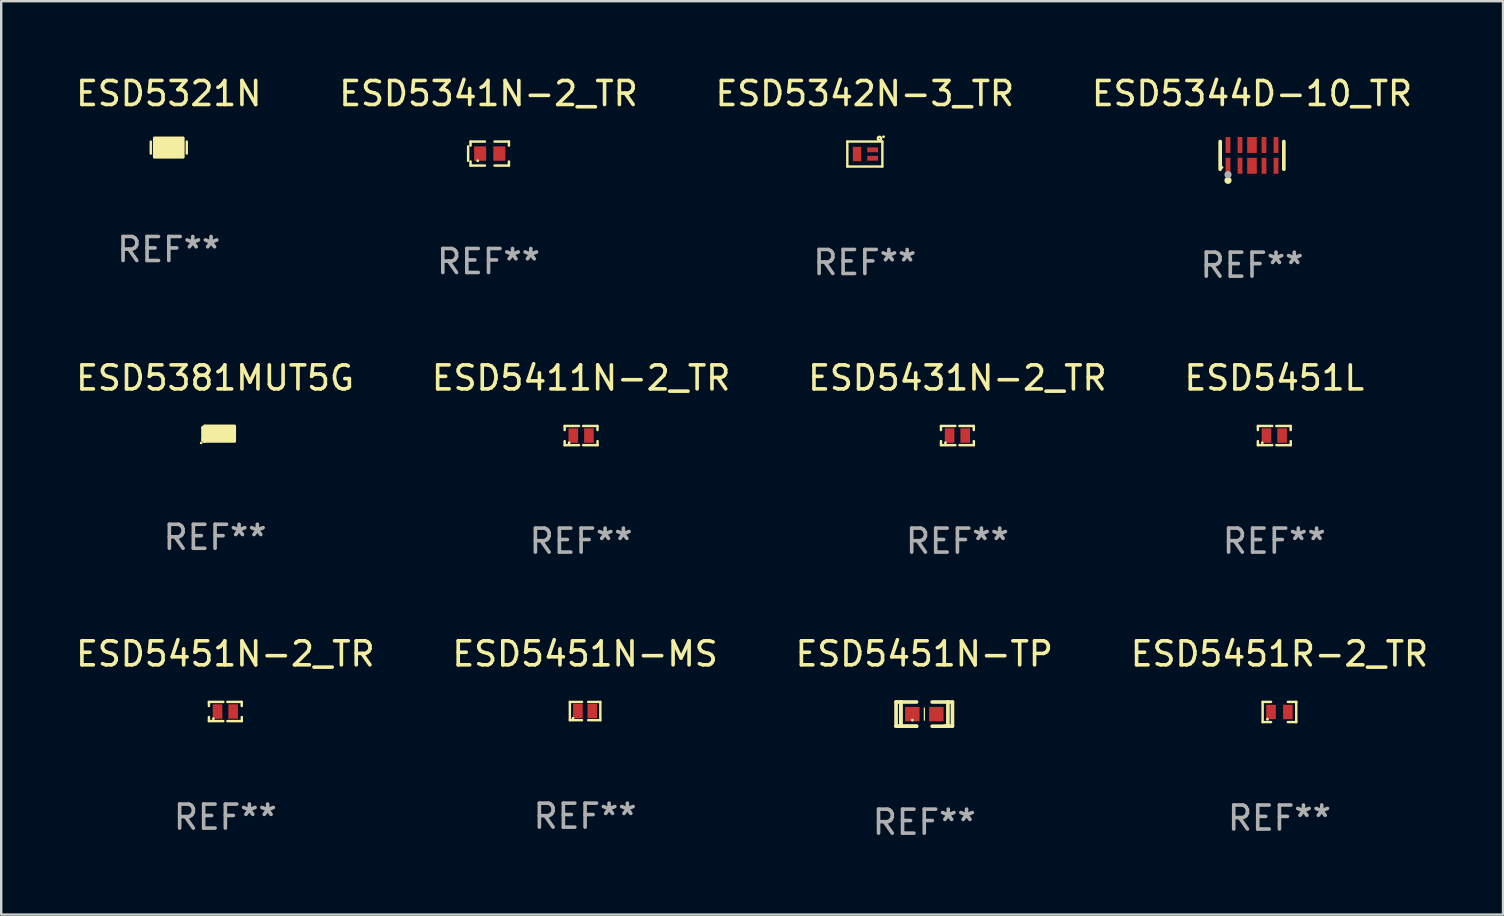
<source format=kicad_pcb>
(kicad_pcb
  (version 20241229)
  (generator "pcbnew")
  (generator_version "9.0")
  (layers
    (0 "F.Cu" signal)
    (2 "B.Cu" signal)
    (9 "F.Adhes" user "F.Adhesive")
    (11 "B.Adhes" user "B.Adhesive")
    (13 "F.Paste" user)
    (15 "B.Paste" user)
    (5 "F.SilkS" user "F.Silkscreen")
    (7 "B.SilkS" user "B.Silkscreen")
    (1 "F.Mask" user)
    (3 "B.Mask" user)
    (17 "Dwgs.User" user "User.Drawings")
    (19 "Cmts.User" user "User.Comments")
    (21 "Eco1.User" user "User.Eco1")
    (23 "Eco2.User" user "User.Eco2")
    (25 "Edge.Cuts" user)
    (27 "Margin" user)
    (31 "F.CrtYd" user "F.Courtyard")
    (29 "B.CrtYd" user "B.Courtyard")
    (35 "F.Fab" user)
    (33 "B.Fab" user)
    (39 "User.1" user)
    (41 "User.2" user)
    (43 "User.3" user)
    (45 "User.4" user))
  (footprint "ESD5381MUT5G"
    (layer "F.Cu")
    (at 5.911 15.017)
    (property "Reference" "ESD5381MUT5G" (at 0 -2.32 0) (layer "F.SilkS") (effects (font (size 1 1) (thickness 0.15))))
    (attr through_hole)
    (fp_line (start -0.514 -0.249) (end -0.514 0.259) (stroke (width 0.127) (type solid)) (layer "F.SilkS"))
    (fp_line (start -0.514 0.259) (end -0.456 0.32) (stroke (width 0.127) (type solid)) (layer "F.SilkS"))
    (fp_line (start -0.456 0.32) (end -0.415 0.31) (stroke (width 0.127) (type solid)) (layer "F.SilkS"))
    (fp_line (start -0.445 -0.25) (end -0.445 0.24) (stroke (width 0.127) (type solid)) (layer "F.SilkS"))
    (fp_line (start -0.426 -0.32) (end -0.514 -0.249) (stroke (width 0.127) (type solid)) (layer "F.SilkS"))
    (fp_circle (center -0.578 0.384) (end -0.548 0.384) (stroke (width 0.06) (type solid)) (fill no) (layer "F.SilkS"))
    (fp_poly (pts (xy -0.385 -0.318) (xy 0.814 -0.318) (xy 0.814 0.318) (xy -0.385 0.318)) (stroke (width 0.12) (type solid)) (fill yes) (layer "F.SilkS"))
    (fp_text user "REF**" (at 0 4.32 0) (layer "F.Fab") (effects (font (size 1 1) (thickness 0.15))))
    (pad "1" smd rect (at -0.085 0) (size 0.31 0.31) (layers "F.Cu" "F.Mask" "F.Paste"))
    (pad "2" smd rect (at 0.514 0) (size 0.31 0.31) (layers "F.Cu" "F.Mask" "F.Paste")))
  (footprint "ESD5451L"
    (layer "F.Cu")
    (at 50.042 15.097)
    (property "Reference" "ESD5451L" (at 0 -2.4 0) (layer "F.SilkS") (effects (font (size 1 1) (thickness 0.15))))
    (attr through_hole)
    (fp_line (start -0.685 -0.4) (end -0.685 -0.23) (stroke (width 0.102) (type solid)) (layer "F.SilkS"))
    (fp_line (start -0.685 0.4) (end -0.685 0.23) (stroke (width 0.102) (type solid)) (layer "F.SilkS"))
    (fp_line (start -0.085 -0.4) (end -0.685 -0.4) (stroke (width 0.102) (type solid)) (layer "F.SilkS"))
    (fp_line (start -0.085 0.4) (end -0.685 0.4) (stroke (width 0.102) (type solid)) (layer "F.SilkS"))
    (fp_line (start 0.082 -0.4) (end 0.682 -0.4) (stroke (width 0.102) (type solid)) (layer "F.SilkS"))
    (fp_line (start 0.085 0.4) (end 0.685 0.4) (stroke (width 0.102) (type solid)) (layer "F.SilkS"))
    (fp_line (start 0.682 -0.4) (end 0.682 -0.23) (stroke (width 0.102) (type solid)) (layer "F.SilkS"))
    (fp_line (start 0.685 0.4) (end 0.685 0.23) (stroke (width 0.102) (type solid)) (layer "F.SilkS"))
    (fp_circle (center -0.5 0.3) (end -0.47 0.3) (stroke (width 0.06) (type solid)) (fill no) (layer "F.SilkS"))
    (fp_text user "REF**" (at 0 4.4 0) (layer "F.Fab") (effects (font (size 1 1) (thickness 0.15))))
    (pad "1" smd rect (at -0.325 0) (size 0.4 0.6) (layers "F.Cu" "F.Mask" "F.Paste"))
    (pad "2" smd rect (at 0.325 0) (size 0.4 0.6) (layers "F.Cu" "F.Mask" "F.Paste")))
  (footprint "ESD5342N-3_TR"
    (layer "F.Cu")
    (at 32.982 3.368)
    (property "Reference" "ESD5342N-3_TR" (at 0 -2.52 0) (layer "F.SilkS") (effects (font (size 1 1) (thickness 0.15))))
    (attr through_hole)
    (fp_line (start -0.73 0.52) (end -0.73 -0.52) (stroke (width 0.1) (type solid)) (layer "F.SilkS"))
    (fp_line (start 0.73 -0.52) (end -0.73 -0.52) (stroke (width 0.1) (type solid)) (layer "F.SilkS"))
    (fp_line (start 0.73 0.52) (end -0.73 0.52) (stroke (width 0.1) (type solid)) (layer "F.SilkS"))
    (fp_line (start 0.73 0.52) (end 0.73 -0.52) (stroke (width 0.1) (type solid)) (layer "F.SilkS"))
    (fp_circle (center 0.61 -0.65) (end 0.63 -0.65) (stroke (width 0.1) (type solid)) (fill no) (layer "F.SilkS"))
    (fp_circle (center 0.78 -0.72) (end 0.81 -0.72) (stroke (width 0.06) (type solid)) (fill no) (layer "F.SilkS"))
    (fp_text user "REF**" (at 0 4.52 0) (layer "F.Fab") (effects (font (size 1 1) (thickness 0.15))))
    (pad "1" smd rect (at 0.325 -0.175) (size 0.45 0.2) (layers "F.Cu" "F.Mask" "F.Paste"))
    (pad "2" smd rect (at 0.325 0.175) (size 0.45 0.2) (layers "F.Cu" "F.Mask" "F.Paste"))
    (pad "3" smd rect (at -0.325 0.000051 180) (size 0.35 0.6) (layers "F.Cu" "F.Mask" "F.Paste")))
  (footprint "ESD5451N-2_TR"
    (layer "F.Cu")
    (at 6.339 26.594)
    (property "Reference" "ESD5451N-2_TR" (at 0 -2.4 0) (layer "F.SilkS") (effects (font (size 1 1) (thickness 0.15))))
    (attr through_hole)
    (fp_line (start -0.685 -0.4) (end -0.685 -0.23) (stroke (width 0.102) (type solid)) (layer "F.SilkS"))
    (fp_line (start -0.685 0.4) (end -0.685 0.23) (stroke (width 0.102) (type solid)) (layer "F.SilkS"))
    (fp_line (start -0.085 -0.4) (end -0.685 -0.4) (stroke (width 0.102) (type solid)) (layer "F.SilkS"))
    (fp_line (start -0.085 0.4) (end -0.685 0.4) (stroke (width 0.102) (type solid)) (layer "F.SilkS"))
    (fp_line (start 0.082 -0.4) (end 0.682 -0.4) (stroke (width 0.102) (type solid)) (layer "F.SilkS"))
    (fp_line (start 0.085 0.4) (end 0.685 0.4) (stroke (width 0.102) (type solid)) (layer "F.SilkS"))
    (fp_line (start 0.682 -0.4) (end 0.682 -0.23) (stroke (width 0.102) (type solid)) (layer "F.SilkS"))
    (fp_line (start 0.685 0.4) (end 0.685 0.23) (stroke (width 0.102) (type solid)) (layer "F.SilkS"))
    (fp_circle (center -0.5 0.3) (end -0.47 0.3) (stroke (width 0.06) (type solid)) (fill no) (layer "F.SilkS"))
    (fp_text user "REF**" (at 0 4.4 0) (layer "F.Fab") (effects (font (size 1 1) (thickness 0.15))))
    (pad "1" smd rect (at -0.325 0) (size 0.4 0.6) (layers "F.Cu" "F.Mask" "F.Paste"))
    (pad "2" smd rect (at 0.325 0) (size 0.4 0.6) (layers "F.Cu" "F.Mask" "F.Paste")))
  (footprint "ESD5321N"
    (layer "F.Cu")
    (at 3.982 3.098)
    (property "Reference" "ESD5321N" (at 0 -2.25 0) (layer "F.SilkS") (effects (font (size 1 1) (thickness 0.15))))
    (attr through_hole)
    (fp_line (start -0.75 0.25) (end -0.75 -0.25) (stroke (width 0.1) (type solid)) (layer "F.SilkS"))
    (fp_line (start 0.75 -0.25) (end 0.75 0.25) (stroke (width 0.1) (type solid)) (layer "F.SilkS"))
    (fp_circle (center -0.5 0.3) (end -0.47 0.3) (stroke (width 0.06) (type solid)) (fill no) (layer "F.SilkS"))
    (fp_poly (pts (xy -0.6 -0.4) (xy 0.6 -0.4) (xy 0.6 0.4) (xy -0.6 0.4)) (stroke (width 0.12) (type solid)) (fill yes) (layer "F.SilkS"))
    (fp_text user "REF**" (at 0 4.25 0) (layer "F.Fab") (effects (font (size 1 1) (thickness 0.15))))
    (pad "1" smd rect (at -0.325 -0.000013) (size 0.3 0.6) (layers "F.Cu" "F.Mask" "F.Paste"))
    (pad "2" smd rect (at 0.325 -0.000013) (size 0.3 0.6) (layers "F.Cu" "F.Mask" "F.Paste")))
  (footprint "ESD5451R-2_TR"
    (layer "F.Cu")
    (at 50.256 26.614)
    (property "Reference" "ESD5451R-2_TR" (at 0 -2.42 0) (layer "F.SilkS") (effects (font (size 1 1) (thickness 0.15))))
    (attr through_hole)
    (fp_line (start -0.7 -0.42) (end -0.7 0.42) (stroke (width 0.102) (type solid)) (layer "F.SilkS"))
    (fp_line (start -0.7 0.42) (end -0.35 0.42) (stroke (width 0.102) (type solid)) (layer "F.SilkS"))
    (fp_line (start -0.35 -0.42) (end -0.7 -0.42) (stroke (width 0.102) (type solid)) (layer "F.SilkS"))
    (fp_line (start 0.35 0.42) (end 0.7 0.42) (stroke (width 0.102) (type solid)) (layer "F.SilkS"))
    (fp_line (start 0.7 -0.42) (end 0.35 -0.42) (stroke (width 0.102) (type solid)) (layer "F.SilkS"))
    (fp_line (start 0.7 0.42) (end 0.7 -0.42) (stroke (width 0.102) (type solid)) (layer "F.SilkS"))
    (fp_circle (center -0.5 0.3) (end -0.47 0.3) (stroke (width 0.06) (type solid)) (fill no) (layer "F.SilkS"))
    (fp_text user "REF**" (at 0 4.42 0) (layer "F.Fab") (effects (font (size 1 1) (thickness 0.15))))
    (pad "1" smd rect (at -0.35 0) (size 0.4 0.6) (layers "F.Cu" "F.Mask" "F.Paste"))
    (pad "2" smd rect (at 0.35 0) (size 0.4 0.6) (layers "F.Cu" "F.Mask" "F.Paste")))
  (footprint "ESD5431N-2_TR"
    (layer "F.Cu")
    (at 36.839 15.097)
    (property "Reference" "ESD5431N-2_TR" (at 0 -2.4 0) (layer "F.SilkS") (effects (font (size 1 1) (thickness 0.15))))
    (attr through_hole)
    (fp_line (start -0.685 -0.4) (end -0.685 -0.23) (stroke (width 0.102) (type solid)) (layer "F.SilkS"))
    (fp_line (start -0.685 0.4) (end -0.685 0.23) (stroke (width 0.102) (type solid)) (layer "F.SilkS"))
    (fp_line (start -0.085 -0.4) (end -0.685 -0.4) (stroke (width 0.102) (type solid)) (layer "F.SilkS"))
    (fp_line (start -0.085 0.4) (end -0.685 0.4) (stroke (width 0.102) (type solid)) (layer "F.SilkS"))
    (fp_line (start 0.082 -0.4) (end 0.682 -0.4) (stroke (width 0.102) (type solid)) (layer "F.SilkS"))
    (fp_line (start 0.085 0.4) (end 0.685 0.4) (stroke (width 0.102) (type solid)) (layer "F.SilkS"))
    (fp_line (start 0.682 -0.4) (end 0.682 -0.23) (stroke (width 0.102) (type solid)) (layer "F.SilkS"))
    (fp_line (start 0.685 0.4) (end 0.685 0.23) (stroke (width 0.102) (type solid)) (layer "F.SilkS"))
    (fp_circle (center -0.5 0.3) (end -0.47 0.3) (stroke (width 0.06) (type solid)) (fill no) (layer "F.SilkS"))
    (fp_text user "REF**" (at 0 4.4 0) (layer "F.Fab") (effects (font (size 1 1) (thickness 0.15))))
    (pad "1" smd rect (at -0.325 0) (size 0.4 0.6) (layers "F.Cu" "F.Mask" "F.Paste"))
    (pad "2" smd rect (at 0.325 0) (size 0.4 0.6) (layers "F.Cu" "F.Mask" "F.Paste")))
  (footprint "ESD5344D-10_TR"
    (layer "F.Cu")
    (at 49.113 3.424)
    (property "Reference" "ESD5344D-10_TR" (at 0 -2.576 0) (layer "F.SilkS") (effects (font (size 1 1) (thickness 0.15))))
    (attr through_hole)
    (fp_line (start -1.326 0.576) (end -1.326 -0.576) (stroke (width 0.152) (type solid)) (layer "F.SilkS"))
    (fp_line (start 1.326 0.576) (end 1.326 -0.576) (stroke (width 0.152) (type solid)) (layer "F.SilkS"))
    (fp_circle (center -1.25 0.5) (end -1.22 0.5) (stroke (width 0.06) (type solid)) (fill no) (layer "F.SilkS"))
    (fp_circle (center -1 1.04) (end -0.925 1.04) (stroke (width 0.15) (type solid)) (fill no) (layer "F.SilkS"))
    (fp_circle (center -1 0.8) (end -0.925 0.8) (stroke (width 0.15) (type solid)) (fill no) (layer "F.Fab"))
    (fp_text user "REF**" (at 0 4.576 0) (layer "F.Fab") (effects (font (size 1 1) (thickness 0.15))))
    (pad "1" smd rect (at -1 0.433) (size 0.2 0.665) (layers "F.Cu" "F.Mask" "F.Paste"))
    (pad "2" smd rect (at -0.5 0.433) (size 0.2 0.665) (layers "F.Cu" "F.Mask" "F.Paste"))
    (pad "3" smd rect (at 0 0.433) (size 0.4 0.665) (layers "F.Cu" "F.Mask" "F.Paste"))
    (pad "4" smd rect (at 0.5 0.433) (size 0.2 0.665) (layers "F.Cu" "F.Mask" "F.Paste"))
    (pad "5" smd rect (at 1 0.433) (size 0.2 0.665) (layers "F.Cu" "F.Mask" "F.Paste"))
    (pad "6" smd rect (at 1 -0.433) (size 0.2 0.665) (layers "F.Cu" "F.Mask" "F.Paste"))
    (pad "7" smd rect (at 0.5 -0.433) (size 0.2 0.665) (layers "F.Cu" "F.Mask" "F.Paste"))
    (pad "8" smd rect (at 0 -0.433) (size 0.4 0.665) (layers "F.Cu" "F.Mask" "F.Paste"))
    (pad "9" smd rect (at -0.5 -0.433) (size 0.2 0.665) (layers "F.Cu" "F.Mask" "F.Paste"))
    (pad "10" smd rect (at -1 -0.433) (size 0.2 0.665) (layers "F.Cu" "F.Mask" "F.Paste")))
  (footprint "ESD5341N-2_TR"
    (layer "F.Cu")
    (at 17.304 3.348)
    (property "Reference" "ESD5341N-2_TR" (at 0 -2.5 0) (layer "F.SilkS") (effects (font (size 1 1) (thickness 0.15))))
    (attr through_hole)
    (fp_line (start -0.85 -0.3) (end -0.85 0.3) (stroke (width 0.102) (type solid)) (layer "F.SilkS"))
    (fp_line (start -0.75 -0.5) (end -0.75 -0.329) (stroke (width 0.102) (type solid)) (layer "F.SilkS"))
    (fp_line (start -0.75 0.329) (end -0.75 0.5) (stroke (width 0.102) (type solid)) (layer "F.SilkS"))
    (fp_line (start -0.75 0.5) (end -0.15 0.5) (stroke (width 0.102) (type solid)) (layer "F.SilkS"))
    (fp_line (start -0.15 -0.5) (end -0.75 -0.5) (stroke (width 0.102) (type solid)) (layer "F.SilkS"))
    (fp_line (start 0.25 -0.5) (end 0.85 -0.5) (stroke (width 0.102) (type solid)) (layer "F.SilkS"))
    (fp_line (start 0.85 -0.5) (end 0.85 -0.33) (stroke (width 0.102) (type solid)) (layer "F.SilkS"))
    (fp_line (start 0.85 0.33) (end 0.85 0.5) (stroke (width 0.102) (type solid)) (layer "F.SilkS"))
    (fp_line (start 0.85 0.5) (end 0.25 0.5) (stroke (width 0.102) (type solid)) (layer "F.SilkS"))
    (fp_circle (center -0.45 0.3) (end -0.42 0.3) (stroke (width 0.06) (type solid)) (fill no) (layer "F.SilkS"))
    (fp_text user "REF**" (at 0 4.5 0) (layer "F.Fab") (effects (font (size 1 1) (thickness 0.15))))
    (pad "1" smd rect (at -0.35 0) (size 0.5 0.6) (layers "F.Cu" "F.Mask" "F.Paste"))
    (pad "2" smd rect (at 0.45 0) (size 0.5 0.6) (layers "F.Cu" "F.Mask" "F.Paste")))
  (footprint "ESD5451N-MS"
    (layer "F.Cu")
    (at 21.327 26.575)
    (property "Reference" "ESD5451N-MS" (at 0 -2.381 0) (layer "F.SilkS") (effects (font (size 1 1) (thickness 0.15))))
    (attr through_hole)
    (fp_line (start -0.635 -0.381) (end -0.635 0.381) (stroke (width 0.1) (type solid)) (layer "F.SilkS"))
    (fp_line (start -0.635 0.381) (end -0.127 0.381) (stroke (width 0.1) (type solid)) (layer "F.SilkS"))
    (fp_line (start -0.127 -0.381) (end -0.635 -0.381) (stroke (width 0.1) (type solid)) (layer "F.SilkS"))
    (fp_line (start 0.127 0.381) (end 0.635 0.381) (stroke (width 0.1) (type solid)) (layer "F.SilkS"))
    (fp_line (start 0.635 -0.381) (end 0.127 -0.381) (stroke (width 0.1) (type solid)) (layer "F.SilkS"))
    (fp_line (start 0.635 0.381) (end 0.635 -0.381) (stroke (width 0.1) (type solid)) (layer "F.SilkS"))
    (fp_circle (center -0.502 0.301) (end -0.472 0.301) (stroke (width 0.06) (type solid)) (fill no) (layer "F.SilkS"))
    (fp_text user "REF**" (at 0 4.381 0) (layer "F.Fab") (effects (font (size 1 1) (thickness 0.15))))
    (pad "1" smd rect (at -0.3 0) (size 0.4 0.6) (layers "F.Cu" "F.Mask" "F.Paste"))
    (pad "2" smd rect (at 0.3 0) (size 0.4 0.6) (layers "F.Cu" "F.Mask" "F.Paste")))
  (footprint "ESD5451N-TP"
    (layer "F.Cu")
    (at 35.458 26.7)
    (property "Reference" "ESD5451N-TP" (at 0 -2.506 0) (layer "F.SilkS") (effects (font (size 1 1) (thickness 0.15))))
    (attr through_hole)
    (fp_line (start -1.174 -0.506) (end -0.977 -0.502) (stroke (width 0.152) (type solid)) (layer "F.SilkS"))
    (fp_line (start -1.174 0.506) (end -1.174 -0.506) (stroke (width 0.152) (type solid)) (layer "F.SilkS"))
    (fp_line (start -0.977 -0.502) (end -0.977 0.506) (stroke (width 0.152) (type solid)) (layer "F.SilkS"))
    (fp_line (start -0.977 -0.502) (end -0.977 0.506) (stroke (width 0.152) (type solid)) (layer "F.SilkS"))
    (fp_line (start -0.977 0.506) (end -1.166 0.506) (stroke (width 0.152) (type solid)) (layer "F.SilkS"))
    (fp_line (start -0.977 0.506) (end -0.32 0.506) (stroke (width 0.152) (type solid)) (layer "F.SilkS"))
    (fp_line (start -0.977 0.506) (end -0.32 0.506) (stroke (width 0.152) (type solid)) (layer "F.SilkS"))
    (fp_line (start -0.971 0.506) (end -1.174 0.506) (stroke (width 0.152) (type solid)) (layer "F.SilkS"))
    (fp_line (start -0.32 -0.502) (end -0.977 -0.502) (stroke (width 0.152) (type solid)) (layer "F.SilkS"))
    (fp_line (start 0.004 -0.252) (end 0.004 0.256) (stroke (width 0.051) (type solid)) (layer "F.SilkS"))
    (fp_line (start 0.328 0.506) (end 0.985 0.506) (stroke (width 0.152) (type solid)) (layer "F.SilkS"))
    (fp_line (start 0.985 -0.502) (end 0.328 -0.502) (stroke (width 0.152) (type solid)) (layer "F.SilkS"))
    (fp_line (start 0.985 -0.502) (end 1.174 -0.502) (stroke (width 0.152) (type solid)) (layer "F.SilkS"))
    (fp_line (start 0.985 0.506) (end 0.985 -0.502) (stroke (width 0.152) (type solid)) (layer "F.SilkS"))
    (fp_line (start 1.174 -0.502) (end 1.174 0.502) (stroke (width 0.152) (type solid)) (layer "F.SilkS"))
    (fp_line (start 1.174 0.502) (end 0.851 0.502) (stroke (width 0.152) (type solid)) (layer "F.SilkS"))
    (fp_circle (center -0.497 0.253) (end -0.467 0.253) (stroke (width 0.06) (type solid)) (fill no) (layer "F.SilkS"))
    (fp_text user "REF**" (at 0 4.506 0) (layer "F.Fab") (effects (font (size 1 1) (thickness 0.15))))
    (pad "1" smd rect (at -0.496 0.002) (size 0.6 0.6) (layers "F.Cu" "F.Mask" "F.Paste"))
    (pad "2" smd rect (at 0.504 0.002) (size 0.6 0.6) (layers "F.Cu" "F.Mask" "F.Paste")))
  (footprint "ESD5411N-2_TR"
    (layer "F.Cu")
    (at 21.161 15.097)
    (property "Reference" "ESD5411N-2_TR" (at 0 -2.4 0) (layer "F.SilkS") (effects (font (size 1 1) (thickness 0.15))))
    (attr through_hole)
    (fp_line (start -0.685 -0.4) (end -0.685 -0.23) (stroke (width 0.102) (type solid)) (layer "F.SilkS"))
    (fp_line (start -0.685 0.4) (end -0.685 0.23) (stroke (width 0.102) (type solid)) (layer "F.SilkS"))
    (fp_line (start -0.085 -0.4) (end -0.685 -0.4) (stroke (width 0.102) (type solid)) (layer "F.SilkS"))
    (fp_line (start -0.085 0.4) (end -0.685 0.4) (stroke (width 0.102) (type solid)) (layer "F.SilkS"))
    (fp_line (start 0.082 -0.4) (end 0.682 -0.4) (stroke (width 0.102) (type solid)) (layer "F.SilkS"))
    (fp_line (start 0.085 0.4) (end 0.685 0.4) (stroke (width 0.102) (type solid)) (layer "F.SilkS"))
    (fp_line (start 0.682 -0.4) (end 0.682 -0.23) (stroke (width 0.102) (type solid)) (layer "F.SilkS"))
    (fp_line (start 0.685 0.4) (end 0.685 0.23) (stroke (width 0.102) (type solid)) (layer "F.SilkS"))
    (fp_circle (center -0.5 0.3) (end -0.47 0.3) (stroke (width 0.06) (type solid)) (fill no) (layer "F.SilkS"))
    (fp_text user "REF**" (at 0 4.4 0) (layer "F.Fab") (effects (font (size 1 1) (thickness 0.15))))
    (pad "1" smd rect (at -0.325 0) (size 0.4 0.6) (layers "F.Cu" "F.Mask" "F.Paste"))
    (pad "2" smd rect (at 0.325 0) (size 0.4 0.6) (layers "F.Cu" "F.Mask" "F.Paste")))
  (gr_rect
    (start -3 -3)
    (end 59.571 35.054)
    (stroke (width 0.1) (type default))
    (fill no)
    (layer "Edge.Cuts")))
</source>
